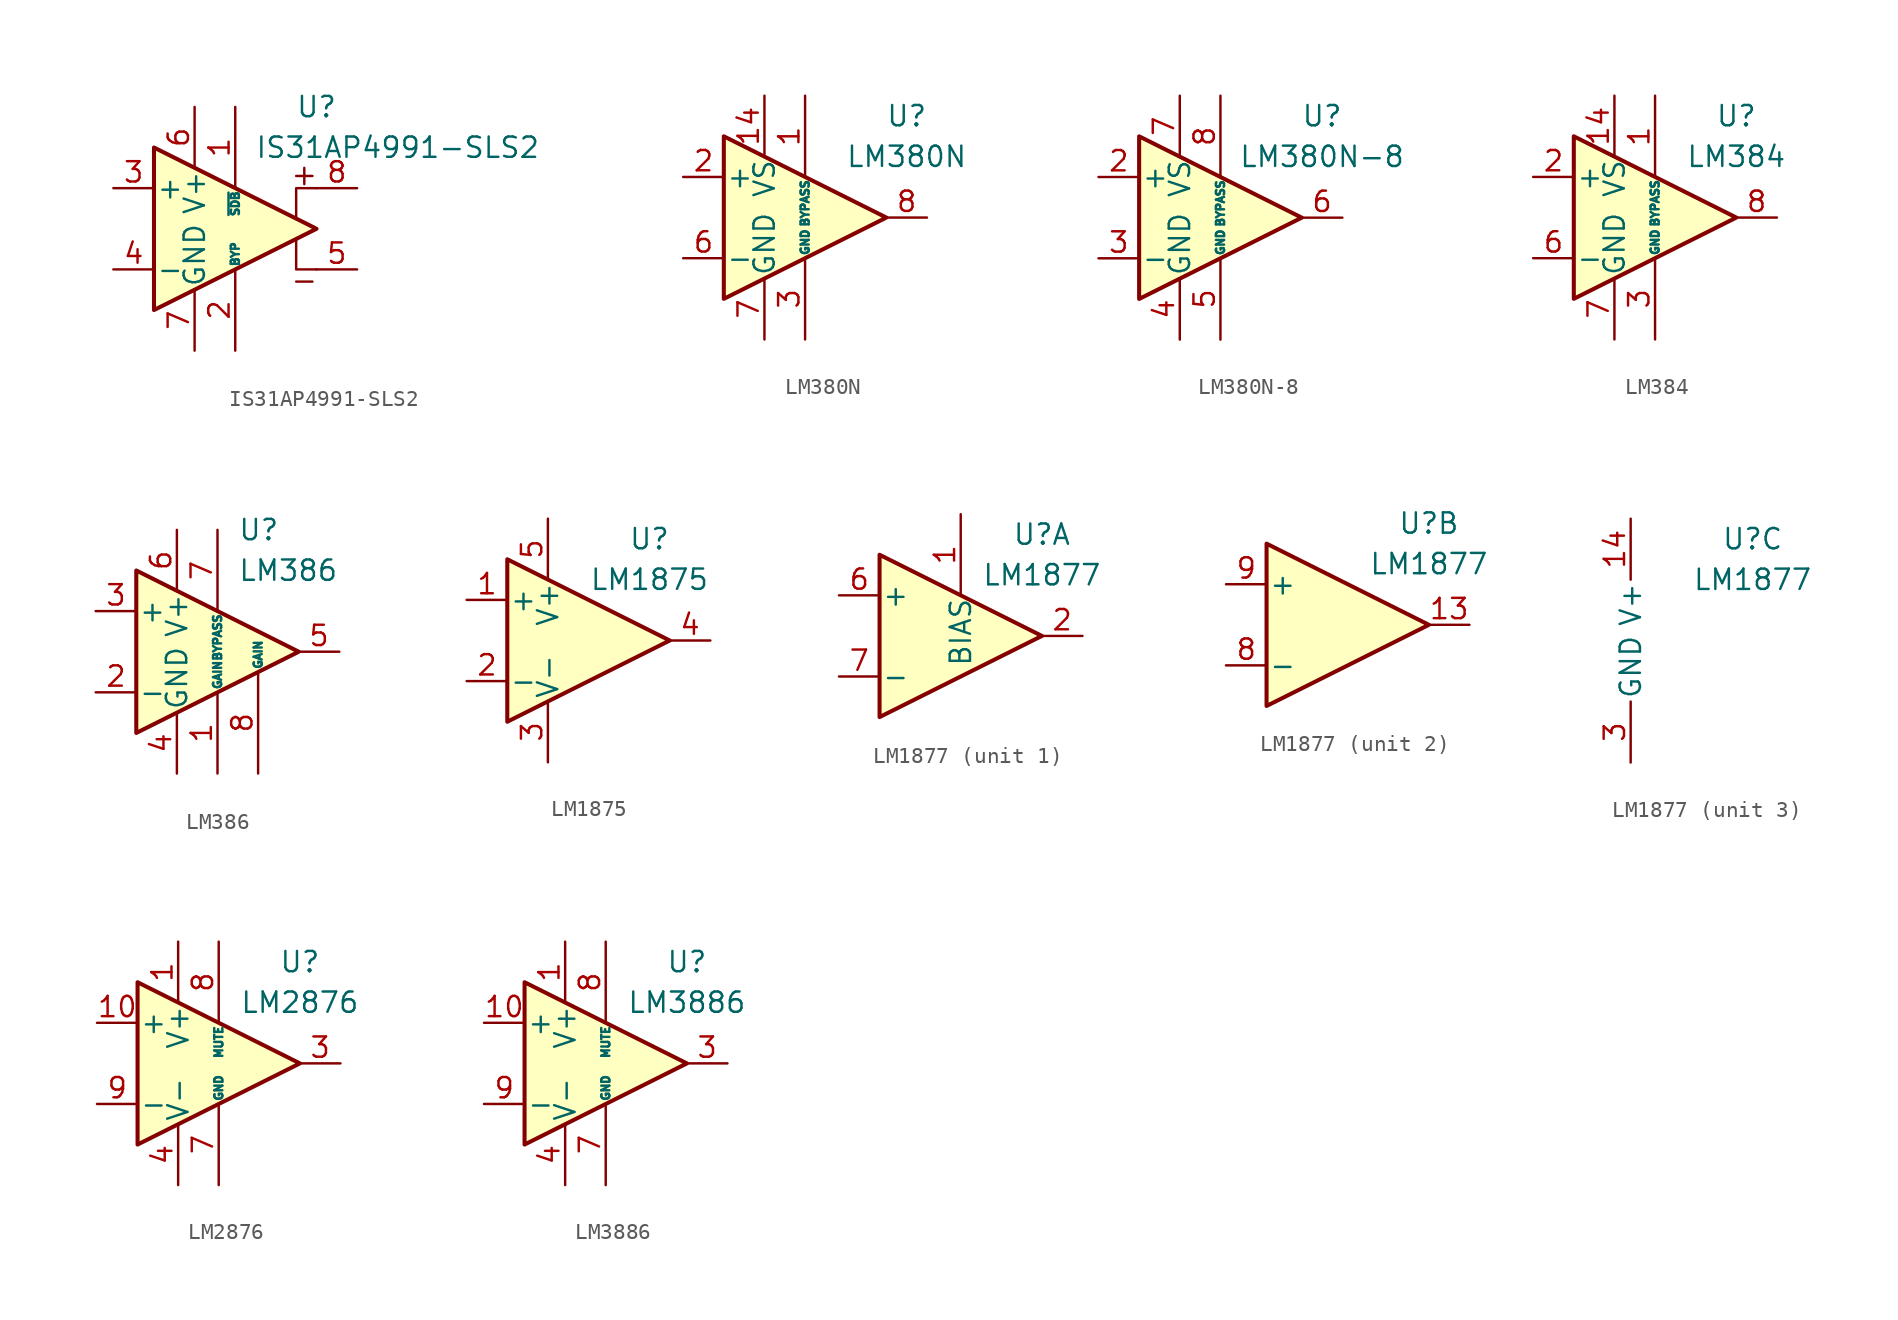
<source format=kicad_sym>
(kicad_symbol_lib
  (version 20241209)
  (generator "kicad_symbol_editor")
  (generator_version "9.0")
  (symbol "IS31AP4991-SLS2"
    (pin_names
      (offset 0.127))
    (property "Reference" "U"
      (at 5.08 7.62 0)
      (effects (font (size 1.27 1.27))))
    (property "Value" "IS31AP4991-SLS2"
      (at 10.16 5.08 0)
      (effects (font (size 1.27 1.27))))
    (symbol "IS31AP4991-SLS2_0_1"
      (polyline (pts (xy 3.81 3.302) (xy 4.826 3.302)) (stroke (width 0) (type solid)) (fill (type none)))
      (polyline (pts (xy 3.81 -3.302) (xy 4.826 -3.302)) (stroke (width 0) (type solid)) (fill (type none)))
      (polyline (pts (xy 4.318 2.794) (xy 4.318 3.81)) (stroke (width 0) (type solid)) (fill (type none))))
    (symbol "IS31AP4991-SLS2_1_1"
      (polyline (pts (xy -5.08 5.08) (xy 5.08 0) (xy -5.08 -5.08) (xy -5.08 5.08)) (stroke (width 0.254) (type solid)) (fill (type background)))
      (polyline (pts (xy 3.81 -0.635) (xy 3.81 -2.54) (xy 5.08 -2.54)) (stroke (width 0) (type solid)) (fill (type none)))
      (polyline (pts (xy 5.08 2.54) (xy 3.81 2.54) (xy 3.81 0.635)) (stroke (width 0) (type solid)) (fill (type none)))
      (pin input line (at -7.62 2.54 0) (length 2.54) (name "+" (effects (font (size 1.27 1.27)))) (number "3" (effects (font (size 1.27 1.27)))))
      (pin input line (at -7.62 -2.54 0) (length 2.54) (name "-" (effects (font (size 1.27 1.27)))) (number "4" (effects (font (size 1.27 1.27)))))
      (pin power_in line (at -2.54 7.62 270) (length 3.81) (name "V+" (effects (font (size 1.27 1.27)))) (number "6" (effects (font (size 1.27 1.27)))))
      (pin power_in line (at -2.54 -7.62 90) (length 3.81) (name "GND" (effects (font (size 1.27 1.27)))) (number "7" (effects (font (size 1.27 1.27)))))
      (pin input line (at 0 7.62 270) (length 5.08) (name "~{SDB}" (effects (font (size 0.508 0.508)))) (number "1" (effects (font (size 1.27 1.27)))))
      (pin passive line (at 0 -7.62 90) (length 5.08) (name "BYP" (effects (font (size 0.508 0.508)))) (number "2" (effects (font (size 1.27 1.27)))))
      (pin output line (at 7.62 2.54 180) (length 2.54) (name "~" (effects (font (size 1.27 1.27)))) (number "8" (effects (font (size 1.27 1.27)))))
      (pin output line (at 7.62 -2.54 180) (length 2.54) (name "~" (effects (font (size 1.27 1.27)))) (number "5" (effects (font (size 1.27 1.27)))))))
  (symbol "LM380N"
    (pin_names
      (offset 0.127))
    (property "Reference" "U"
      (at 6.35 6.35 0)
      (effects (font (size 1.27 1.27))))
    (property "Value" "LM380N"
      (at 6.35 3.81 0)
      (effects (font (size 1.27 1.27))))
    (symbol "LM380N_0_1"
      (polyline (pts (xy -5.08 5.08) (xy 5.08 0) (xy -5.08 -5.08) (xy -5.08 5.08)) (stroke (width 0.254) (type solid)) (fill (type background))))
    (symbol "LM380N_1_1"
      (pin input line (at -7.62 2.54 0) (length 2.54) (name "+" (effects (font (size 1.27 1.27)))) (number "2" (effects (font (size 1.27 1.27)))))
      (pin input line (at -7.62 -2.54 0) (length 2.54) (name "-" (effects (font (size 1.27 1.27)))) (number "6" (effects (font (size 1.27 1.27)))))
      (pin power_in line (at -2.54 7.62 270) (length 3.81) (name "VS" (effects (font (size 1.27 1.27)))) (number "14" (effects (font (size 1.27 1.27)))))
      (pin power_in line (at -2.54 -7.62 90) (length 3.81) (name "GND" (effects (font (size 1.27 1.27)))) (number "7" (effects (font (size 1.27 1.27)))))
      (pin passive line (at 0 7.62 270) (length 5.08) (name "BYPASS" (effects (font (size 0.508 0.508)))) (number "1" (effects (font (size 1.27 1.27)))))
      (pin no_connect line (at 0 2.54 270) (length 2.54) (hide yes) (name "NC" (effects (font (size 1.27 1.27)))) (number "9" (effects (font (size 1.27 1.27)))))
      (pin no_connect line (at 0 -2.54 90) (length 2.54) (hide yes) (name "NC" (effects (font (size 1.27 1.27)))) (number "13" (effects (font (size 1.27 1.27)))))
      (pin passive line (at 0 -7.62 90) (length 5.08) (hide yes) (name "GND" (effects (font (size 0.508 0.508)))) (number "10" (effects (font (size 1.27 1.27)))))
      (pin passive line (at 0 -7.62 90) (length 5.08) (hide yes) (name "GND" (effects (font (size 0.508 0.508)))) (number "11" (effects (font (size 1.27 1.27)))))
      (pin passive line (at 0 -7.62 90) (length 5.08) (hide yes) (name "GND" (effects (font (size 0.508 0.508)))) (number "12" (effects (font (size 1.27 1.27)))))
      (pin power_in line (at 0 -7.62 90) (length 5.08) (name "GND" (effects (font (size 0.508 0.508)))) (number "3" (effects (font (size 1.27 1.27)))))
      (pin passive line (at 0 -7.62 90) (length 5.08) (hide yes) (name "GND" (effects (font (size 0.508 0.508)))) (number "4" (effects (font (size 1.27 1.27)))))
      (pin passive line (at 0 -7.62 90) (length 5.08) (hide yes) (name "GND" (effects (font (size 0.508 0.508)))) (number "5" (effects (font (size 1.27 1.27)))))
      (pin output line (at 7.62 0 180) (length 2.54) (name "~" (effects (font (size 1.27 1.27)))) (number "8" (effects (font (size 1.27 1.27)))))))
  (symbol "LM380N-8"
    (pin_names
      (offset 0.127))
    (property "Reference" "U"
      (at 6.35 6.35 0)
      (effects (font (size 1.27 1.27))))
    (property "Value" "LM380N-8"
      (at 6.35 3.81 0)
      (effects (font (size 1.27 1.27))))
    (symbol "LM380N-8_0_1"
      (polyline (pts (xy -5.08 5.08) (xy 5.08 0) (xy -5.08 -5.08) (xy -5.08 5.08)) (stroke (width 0.254) (type solid)) (fill (type background))))
    (symbol "LM380N-8_1_1"
      (pin input line (at -7.62 2.54 0) (length 2.54) (name "+" (effects (font (size 1.27 1.27)))) (number "2" (effects (font (size 1.27 1.27)))))
      (pin input line (at -7.62 -2.54 0) (length 2.54) (name "-" (effects (font (size 1.27 1.27)))) (number "3" (effects (font (size 1.27 1.27)))))
      (pin power_in line (at -2.54 7.62 270) (length 3.81) (name "VS" (effects (font (size 1.27 1.27)))) (number "7" (effects (font (size 1.27 1.27)))))
      (pin power_in line (at -2.54 -7.62 90) (length 3.81) (name "GND" (effects (font (size 1.27 1.27)))) (number "4" (effects (font (size 1.27 1.27)))))
      (pin passive line (at 0 7.62 270) (length 5.08) (name "BYPASS" (effects (font (size 0.508 0.508)))) (number "8" (effects (font (size 1.27 1.27)))))
      (pin no_connect line (at 0 2.54 270) (length 2.54) (hide yes) (name "NC" (effects (font (size 1.27 1.27)))) (number "1" (effects (font (size 1.27 1.27)))))
      (pin power_in line (at 0 -7.62 90) (length 5.08) (name "GND" (effects (font (size 0.508 0.508)))) (number "5" (effects (font (size 1.27 1.27)))))
      (pin output line (at 7.62 0 180) (length 2.54) (name "~" (effects (font (size 1.27 1.27)))) (number "6" (effects (font (size 1.27 1.27)))))))
  (symbol "LM384"
    (pin_names
      (offset 0.127))
    (property "Reference" "U"
      (at 5.08 6.35 0)
      (effects (font (size 1.27 1.27))))
    (property "Value" "LM384"
      (at 5.08 3.81 0)
      (effects (font (size 1.27 1.27))))
    (symbol "LM384_0_1"
      (polyline (pts (xy -5.08 5.08) (xy 5.08 0) (xy -5.08 -5.08) (xy -5.08 5.08)) (stroke (width 0.254) (type solid)) (fill (type background))))
    (symbol "LM384_1_1"
      (pin input line (at -7.62 2.54 0) (length 2.54) (name "+" (effects (font (size 1.27 1.27)))) (number "2" (effects (font (size 1.27 1.27)))))
      (pin input line (at -7.62 -2.54 0) (length 2.54) (name "-" (effects (font (size 1.27 1.27)))) (number "6" (effects (font (size 1.27 1.27)))))
      (pin power_in line (at -2.54 7.62 270) (length 3.81) (name "VS" (effects (font (size 1.27 1.27)))) (number "14" (effects (font (size 1.27 1.27)))))
      (pin no_connect line (at -2.54 2.54 270) (length 2.54) (hide yes) (name "NC" (effects (font (size 1.27 1.27)))) (number "9" (effects (font (size 1.27 1.27)))))
      (pin power_in line (at -2.54 -7.62 90) (length 3.81) (name "GND" (effects (font (size 1.27 1.27)))) (number "7" (effects (font (size 1.27 1.27)))))
      (pin passive line (at 0 7.62 270) (length 5.08) (name "BYPASS" (effects (font (size 0.508 0.508)))) (number "1" (effects (font (size 1.27 1.27)))))
      (pin no_connect line (at 0 2.54 270) (length 2.54) (hide yes) (name "NC" (effects (font (size 1.27 1.27)))) (number "13" (effects (font (size 1.27 1.27)))))
      (pin passive line (at 0 -7.62 90) (length 5.08) (hide yes) (name "GND" (effects (font (size 0.508 0.508)))) (number "10" (effects (font (size 1.27 1.27)))))
      (pin passive line (at 0 -7.62 90) (length 5.08) (hide yes) (name "GND" (effects (font (size 0.508 0.508)))) (number "11" (effects (font (size 1.27 1.27)))))
      (pin passive line (at 0 -7.62 90) (length 5.08) (hide yes) (name "GND" (effects (font (size 0.508 0.508)))) (number "12" (effects (font (size 1.27 1.27)))))
      (pin power_in line (at 0 -7.62 90) (length 5.08) (name "GND" (effects (font (size 0.508 0.508)))) (number "3" (effects (font (size 1.27 1.27)))))
      (pin passive line (at 0 -7.62 90) (length 5.08) (hide yes) (name "GND" (effects (font (size 0.508 0.508)))) (number "4" (effects (font (size 1.27 1.27)))))
      (pin passive line (at 0 -7.62 90) (length 5.08) (hide yes) (name "GND" (effects (font (size 0.508 0.508)))) (number "5" (effects (font (size 1.27 1.27)))))
      (pin output line (at 7.62 0 180) (length 2.54) (name "~" (effects (font (size 1.27 1.27)))) (number "8" (effects (font (size 1.27 1.27)))))))
  (symbol "LM386"
    (pin_names
      (offset 0.127))
    (property "Reference" "U"
      (at 1.27 7.62 0)
      (effects (font (size 1.27 1.27)) (justify left)))
    (property "Value" "LM386"
      (at 1.27 5.08 0)
      (effects (font (size 1.27 1.27)) (justify left)))
    (symbol "LM386_0_1"
      (polyline (pts (xy 5.08 0) (xy -5.08 5.08) (xy -5.08 -5.08) (xy 5.08 0)) (stroke (width 0.254) (type solid)) (fill (type background))))
    (symbol "LM386_1_1"
      (pin input line (at -7.62 2.54 0) (length 2.54) (name "+" (effects (font (size 1.27 1.27)))) (number "3" (effects (font (size 1.27 1.27)))))
      (pin input line (at -7.62 -2.54 0) (length 2.54) (name "-" (effects (font (size 1.27 1.27)))) (number "2" (effects (font (size 1.27 1.27)))))
      (pin power_in line (at -2.54 7.62 270) (length 3.81) (name "V+" (effects (font (size 1.27 1.27)))) (number "6" (effects (font (size 1.27 1.27)))))
      (pin power_in line (at -2.54 -7.62 90) (length 3.81) (name "GND" (effects (font (size 1.27 1.27)))) (number "4" (effects (font (size 1.27 1.27)))))
      (pin input line (at 0 7.62 270) (length 5.08) (name "BYPASS" (effects (font (size 0.508 0.508)))) (number "7" (effects (font (size 1.27 1.27)))))
      (pin input line (at 0 -7.62 90) (length 5.08) (name "GAIN" (effects (font (size 0.508 0.508)))) (number "1" (effects (font (size 1.27 1.27)))))
      (pin input line (at 2.54 -7.62 90) (length 6.35) (name "GAIN" (effects (font (size 0.508 0.508)))) (number "8" (effects (font (size 1.27 1.27)))))
      (pin output line (at 7.62 0 180) (length 2.54) (name "~" (effects (font (size 1.27 1.27)))) (number "5" (effects (font (size 1.27 1.27)))))))
  (symbol "LM1875"
    (pin_names
      (offset 0.127))
    (property "Reference" "U"
      (at 3.81 6.35 0)
      (effects (font (size 1.27 1.27))))
    (property "Value" "LM1875"
      (at 3.81 3.81 0)
      (effects (font (size 1.27 1.27))))
    (symbol "LM1875_0_1"
      (polyline (pts (xy -5.08 5.08) (xy 5.08 0) (xy -5.08 -5.08) (xy -5.08 5.08)) (stroke (width 0.254) (type solid)) (fill (type background))))
    (symbol "LM1875_1_1"
      (pin input line (at -7.62 2.54 0) (length 2.54) (name "+" (effects (font (size 1.27 1.27)))) (number "1" (effects (font (size 1.27 1.27)))))
      (pin input line (at -7.62 -2.54 0) (length 2.54) (name "-" (effects (font (size 1.27 1.27)))) (number "2" (effects (font (size 1.27 1.27)))))
      (pin power_in line (at -2.54 7.62 270) (length 3.81) (name "V+" (effects (font (size 1.27 1.27)))) (number "5" (effects (font (size 1.27 1.27)))))
      (pin power_in line (at -2.54 -7.62 90) (length 3.81) (name "V-" (effects (font (size 1.27 1.27)))) (number "3" (effects (font (size 1.27 1.27)))))
      (pin output line (at 7.62 0 180) (length 2.54) (name "~" (effects (font (size 1.27 1.27)))) (number "4" (effects (font (size 1.27 1.27)))))))
  (symbol "LM1877"
    (pin_names
      (offset 0.127))
    (property "Reference" "U"
      (at 5.08 6.35 0)
      (effects (font (size 1.27 1.27))))
    (property "Value" "LM1877"
      (at 5.08 3.81 0)
      (effects (font (size 1.27 1.27))))
    (property "ki_locked" ""
      (at 0 0 0)
      (effects (font (size 1.27 1.27))))
    (symbol "LM1877_1_1"
      (polyline (pts (xy -5.08 5.08) (xy 5.08 0) (xy -5.08 -5.08) (xy -5.08 5.08)) (stroke (width 0.254) (type solid)) (fill (type background)))
      (pin input line (at -7.62 2.54 0) (length 2.54) (name "+" (effects (font (size 1.27 1.27)))) (number "6" (effects (font (size 1.27 1.27)))))
      (pin input line (at -7.62 -2.54 0) (length 2.54) (name "-" (effects (font (size 1.27 1.27)))) (number "7" (effects (font (size 1.27 1.27)))))
      (pin input line (at 0 7.62 270) (length 5.08) (name "BIAS" (effects (font (size 1.27 1.27)))) (number "1" (effects (font (size 1.27 1.27)))))
      (pin output line (at 7.62 0 180) (length 2.54) (name "~" (effects (font (size 1.27 1.27)))) (number "2" (effects (font (size 1.27 1.27))))))
    (symbol "LM1877_2_1"
      (polyline (pts (xy -5.08 5.08) (xy 5.08 0) (xy -5.08 -5.08) (xy -5.08 5.08)) (stroke (width 0.254) (type solid)) (fill (type background)))
      (pin input line (at -7.62 2.54 0) (length 2.54) (name "+" (effects (font (size 1.27 1.27)))) (number "9" (effects (font (size 1.27 1.27)))))
      (pin input line (at -7.62 -2.54 0) (length 2.54) (name "-" (effects (font (size 1.27 1.27)))) (number "8" (effects (font (size 1.27 1.27)))))
      (pin output line (at 7.62 0 180) (length 2.54) (name "~" (effects (font (size 1.27 1.27)))) (number "13" (effects (font (size 1.27 1.27))))))
    (symbol "LM1877_3_1"
      (pin power_in line (at -2.54 7.62 270) (length 3.81) (name "V+" (effects (font (size 1.27 1.27)))) (number "14" (effects (font (size 1.27 1.27)))))
      (pin passive line (at -2.54 -7.62 90) (length 3.81) (hide yes) (name "GND" (effects (font (size 1.27 1.27)))) (number "10" (effects (font (size 1.27 1.27)))))
      (pin passive line (at -2.54 -7.62 90) (length 3.81) (hide yes) (name "GND" (effects (font (size 1.27 1.27)))) (number "11" (effects (font (size 1.27 1.27)))))
      (pin passive line (at -2.54 -7.62 90) (length 3.81) (hide yes) (name "GND" (effects (font (size 1.27 1.27)))) (number "12" (effects (font (size 1.27 1.27)))))
      (pin power_in line (at -2.54 -7.62 90) (length 3.81) (name "GND" (effects (font (size 1.27 1.27)))) (number "3" (effects (font (size 1.27 1.27)))))
      (pin passive line (at -2.54 -7.62 90) (length 3.81) (hide yes) (name "GND" (effects (font (size 1.27 1.27)))) (number "4" (effects (font (size 1.27 1.27)))))
      (pin passive line (at -2.54 -7.62 90) (length 3.81) (hide yes) (name "GND" (effects (font (size 1.27 1.27)))) (number "5" (effects (font (size 1.27 1.27)))))))
  (symbol "LM2876"
    (pin_names
      (offset 0.127))
    (property "Reference" "U"
      (at 5.08 6.35 0)
      (effects (font (size 1.27 1.27))))
    (property "Value" "LM2876"
      (at 5.08 3.81 0)
      (effects (font (size 1.27 1.27))))
    (symbol "LM2876_0_1"
      (polyline (pts (xy -5.08 5.08) (xy 5.08 0) (xy -5.08 -5.08) (xy -5.08 5.08)) (stroke (width 0.254) (type solid)) (fill (type background))))
    (symbol "LM2876_1_1"
      (pin input line (at -7.62 2.54 0) (length 2.54) (name "+" (effects (font (size 1.27 1.27)))) (number "10" (effects (font (size 1.27 1.27)))))
      (pin input line (at -7.62 -2.54 0) (length 2.54) (name "-" (effects (font (size 1.27 1.27)))) (number "9" (effects (font (size 1.27 1.27)))))
      (pin power_in line (at -2.54 7.62 270) (length 3.81) (name "V+" (effects (font (size 1.27 1.27)))) (number "1" (effects (font (size 1.27 1.27)))))
      (pin no_connect line (at -2.54 2.54 270) (length 2.54) (hide yes) (name "NC" (effects (font (size 1.27 1.27)))) (number "2" (effects (font (size 1.27 1.27)))))
      (pin no_connect line (at -2.54 -2.54 270) (length 3.81) (hide yes) (name "NC" (effects (font (size 1.27 1.27)))) (number "5" (effects (font (size 1.27 1.27)))))
      (pin power_in line (at -2.54 -7.62 90) (length 3.81) (name "V-" (effects (font (size 1.27 1.27)))) (number "4" (effects (font (size 1.27 1.27)))))
      (pin input line (at 0 7.62 270) (length 5.08) (name "MUTE" (effects (font (size 0.508 0.508)))) (number "8" (effects (font (size 1.27 1.27)))))
      (pin no_connect line (at 0 2.54 270) (length 2.54) (hide yes) (name "NC" (effects (font (size 1.27 1.27)))) (number "6" (effects (font (size 1.27 1.27)))))
      (pin power_in line (at 0 -7.62 90) (length 5.08) (name "GND" (effects (font (size 0.508 0.508)))) (number "7" (effects (font (size 1.27 1.27)))))
      (pin no_connect line (at 2.54 2.54 270) (length 2.54) (hide yes) (name "NC" (effects (font (size 1.27 1.27)))) (number "11" (effects (font (size 1.27 1.27)))))
      (pin output line (at 7.62 0 180) (length 2.54) (name "~" (effects (font (size 1.27 1.27)))) (number "3" (effects (font (size 1.27 1.27)))))))
  (symbol "LM3886"
    (pin_names
      (offset 0.127))
    (property "Reference" "U"
      (at 5.08 6.35 0)
      (effects (font (size 1.27 1.27))))
    (property "Value" "LM3886"
      (at 5.08 3.81 0)
      (effects (font (size 1.27 1.27))))
    (symbol "LM3886_0_1"
      (polyline (pts (xy -5.08 5.08) (xy 5.08 0) (xy -5.08 -5.08) (xy -5.08 5.08)) (stroke (width 0.254) (type solid)) (fill (type background))))
    (symbol "LM3886_1_1"
      (pin input line (at -7.62 2.54 0) (length 2.54) (name "+" (effects (font (size 1.27 1.27)))) (number "10" (effects (font (size 1.27 1.27)))))
      (pin input line (at -7.62 -2.54 0) (length 2.54) (name "-" (effects (font (size 1.27 1.27)))) (number "9" (effects (font (size 1.27 1.27)))))
      (pin power_in line (at -2.54 7.62 270) (length 3.81) (name "V+" (effects (font (size 1.27 1.27)))) (number "1" (effects (font (size 1.27 1.27)))))
      (pin passive line (at -2.54 7.62 270) (length 3.81) (hide yes) (name "V+" (effects (font (size 1.27 1.27)))) (number "5" (effects (font (size 1.27 1.27)))))
      (pin no_connect line (at -2.54 2.54 270) (length 2.54) (hide yes) (name "NC" (effects (font (size 1.27 1.27)))) (number "2" (effects (font (size 1.27 1.27)))))
      (pin power_in line (at -2.54 -7.62 90) (length 3.81) (name "V-" (effects (font (size 1.27 1.27)))) (number "4" (effects (font (size 1.27 1.27)))))
      (pin input line (at 0 7.62 270) (length 5.08) (name "MUTE" (effects (font (size 0.508 0.508)))) (number "8" (effects (font (size 1.27 1.27)))))
      (pin no_connect line (at 0 2.54 270) (length 2.54) (hide yes) (name "NC" (effects (font (size 1.27 1.27)))) (number "6" (effects (font (size 1.27 1.27)))))
      (pin power_in line (at 0 -7.62 90) (length 5.08) (name "GND" (effects (font (size 0.508 0.508)))) (number "7" (effects (font (size 1.27 1.27)))))
      (pin no_connect line (at 2.54 2.54 270) (length 2.54) (hide yes) (name "NC" (effects (font (size 1.27 1.27)))) (number "11" (effects (font (size 1.27 1.27)))))
      (pin output line (at 7.62 0 180) (length 2.54) (name "~" (effects (font (size 1.27 1.27)))) (number "3" (effects (font (size 1.27 1.27))))))))
</source>
